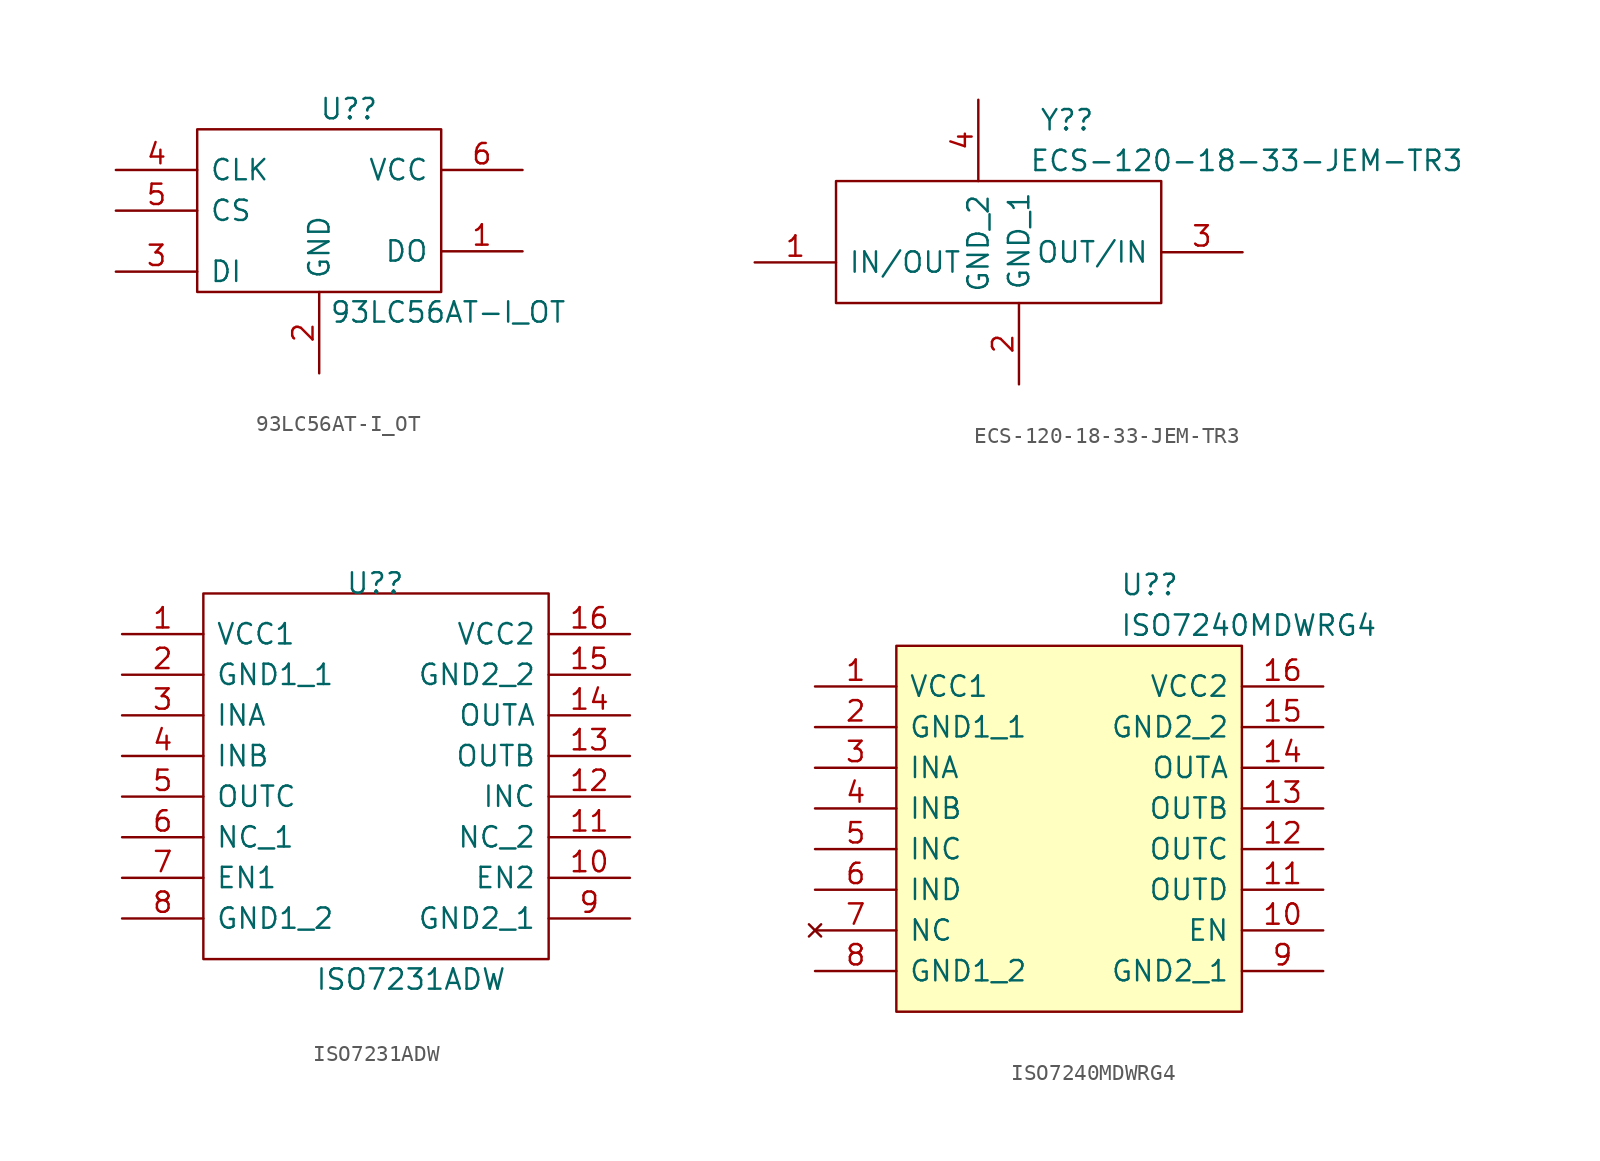
<source format=kicad_sym>
(kicad_symbol_lib
  (version 20211014)
  (generator kicad_symbol_editor)
  (symbol "93LC56AT-I_OT"
    (pin_names
      (offset 0.762))
    (property "Reference" "U?"
      (at 12.7 3.81 0)
      (effects (font (size 1.27 1.27)) (justify left)))
    (property "Value" "93LC56AT-I_OT"
      (at 13.335 -8.89 0)
      (effects (font (size 1.27 1.27)) (justify left)))
    (symbol "93LC56AT-I_OT_0_0"
      (pin passive line (at 25.4 -5.08 180) (length 5.08) (name "DO" (effects (font (size 1.27 1.27)))) (number "1" (effects (font (size 1.27 1.27)))))
      (pin passive line (at 12.7 -12.7 90) (length 5.08) (name "GND" (effects (font (size 1.27 1.27)))) (number "2" (effects (font (size 1.27 1.27)))))
      (pin passive line (at 0 -6.35 0) (length 5.08) (name "DI" (effects (font (size 1.27 1.27)))) (number "3" (effects (font (size 1.27 1.27)))))
      (pin passive line (at 0 0 0) (length 5.08) (name "CLK" (effects (font (size 1.27 1.27)))) (number "4" (effects (font (size 1.27 1.27)))))
      (pin passive line (at 0 -2.54 0) (length 5.08) (name "CS" (effects (font (size 1.27 1.27)))) (number "5" (effects (font (size 1.27 1.27)))))
      (pin passive line (at 25.4 0 180) (length 5.08) (name "VCC" (effects (font (size 1.27 1.27)))) (number "6" (effects (font (size 1.27 1.27))))))
    (symbol "93LC56AT-I_OT_0_1"
      (polyline (pts (xy 5.08 2.54) (xy 20.32 2.54) (xy 20.32 -7.62) (xy 5.08 -7.62) (xy 5.08 2.54)) (stroke (width 0.152) (type default) (color 0 0 0 0)) (fill (type none)))))
  (symbol "ECS-120-18-33-JEM-TR3"
    (pin_names
      (offset 0.762))
    (property "Reference" "Y?"
      (at 1.27 8.89 0)
      (effects (font (size 1.27 1.27)) (justify left)))
    (property "Value" "ECS-120-18-33-JEM-TR3"
      (at 0.635 6.35 0)
      (effects (font (size 1.27 1.27)) (justify left)))
    (symbol "ECS-120-18-33-JEM-TR3_0_0"
      (pin passive line (at -16.51 0 0) (length 5.08) (name "IN/OUT" (effects (font (size 1.27 1.27)))) (number "1" (effects (font (size 1.27 1.27)))))
      (pin passive line (at 0 -7.62 90) (length 5.08) (name "GND_1" (effects (font (size 1.27 1.27)))) (number "2" (effects (font (size 1.27 1.27)))))
      (pin passive line (at 13.97 0.635 180) (length 5.08) (name "OUT/IN" (effects (font (size 1.27 1.27)))) (number "3" (effects (font (size 1.27 1.27)))))
      (pin passive line (at -2.54 10.16 270) (length 5.08) (name "GND_2" (effects (font (size 1.27 1.27)))) (number "4" (effects (font (size 1.27 1.27))))))
    (symbol "ECS-120-18-33-JEM-TR3_0_1"
      (polyline (pts (xy -11.43 5.08) (xy 8.89 5.08) (xy 8.89 -2.54) (xy -11.43 -2.54) (xy -11.43 5.08)) (stroke (width 0.152) (type default) (color 0 0 0 0)) (fill (type none)))))
  (symbol "ISO7231ADW"
    (pin_names
      (offset 0.762))
    (property "Reference" "U?"
      (at -2.54 12.065 0)
      (effects (font (size 1.27 1.27)) (justify left)))
    (property "Value" "ISO7231ADW"
      (at -4.445 -12.7 0)
      (effects (font (size 1.27 1.27)) (justify left)))
    (symbol "ISO7231ADW_0_0"
      (pin passive line (at -16.51 8.89 0) (length 5.08) (name "VCC1" (effects (font (size 1.27 1.27)))) (number "1" (effects (font (size 1.27 1.27)))))
      (pin passive line (at 15.24 -6.35 180) (length 5.08) (name "EN2" (effects (font (size 1.27 1.27)))) (number "10" (effects (font (size 1.27 1.27)))))
      (pin passive line (at 15.24 -3.81 180) (length 5.08) (name "NC_2" (effects (font (size 1.27 1.27)))) (number "11" (effects (font (size 1.27 1.27)))))
      (pin passive line (at 15.24 -1.27 180) (length 5.08) (name "INC" (effects (font (size 1.27 1.27)))) (number "12" (effects (font (size 1.27 1.27)))))
      (pin passive line (at 15.24 1.27 180) (length 5.08) (name "OUTB" (effects (font (size 1.27 1.27)))) (number "13" (effects (font (size 1.27 1.27)))))
      (pin passive line (at 15.24 3.81 180) (length 5.08) (name "OUTA" (effects (font (size 1.27 1.27)))) (number "14" (effects (font (size 1.27 1.27)))))
      (pin passive line (at 15.24 6.35 180) (length 5.08) (name "GND2_2" (effects (font (size 1.27 1.27)))) (number "15" (effects (font (size 1.27 1.27)))))
      (pin passive line (at 15.24 8.89 180) (length 5.08) (name "VCC2" (effects (font (size 1.27 1.27)))) (number "16" (effects (font (size 1.27 1.27)))))
      (pin passive line (at -16.51 6.35 0) (length 5.08) (name "GND1_1" (effects (font (size 1.27 1.27)))) (number "2" (effects (font (size 1.27 1.27)))))
      (pin passive line (at -16.51 3.81 0) (length 5.08) (name "INA" (effects (font (size 1.27 1.27)))) (number "3" (effects (font (size 1.27 1.27)))))
      (pin passive line (at -16.51 1.27 0) (length 5.08) (name "INB" (effects (font (size 1.27 1.27)))) (number "4" (effects (font (size 1.27 1.27)))))
      (pin passive line (at -16.51 -1.27 0) (length 5.08) (name "OUTC" (effects (font (size 1.27 1.27)))) (number "5" (effects (font (size 1.27 1.27)))))
      (pin passive line (at -16.51 -3.81 0) (length 5.08) (name "NC_1" (effects (font (size 1.27 1.27)))) (number "6" (effects (font (size 1.27 1.27)))))
      (pin passive line (at -16.51 -6.35 0) (length 5.08) (name "EN1" (effects (font (size 1.27 1.27)))) (number "7" (effects (font (size 1.27 1.27)))))
      (pin passive line (at -16.51 -8.89 0) (length 5.08) (name "GND1_2" (effects (font (size 1.27 1.27)))) (number "8" (effects (font (size 1.27 1.27)))))
      (pin passive line (at 15.24 -8.89 180) (length 5.08) (name "GND2_1" (effects (font (size 1.27 1.27)))) (number "9" (effects (font (size 1.27 1.27))))))
    (symbol "ISO7231ADW_0_1"
      (polyline (pts (xy -11.43 11.43) (xy 10.16 11.43) (xy 10.16 -11.43) (xy -11.43 -11.43) (xy -11.43 11.43)) (stroke (width 0.152) (type default) (color 0 0 0 0)) (fill (type none)))))
  (symbol "ISO7240MDWRG4"
    (pin_names
      (offset 0.762))
    (property "Reference" "U?"
      (at 3.81 16.51 0)
      (effects (font (size 1.27 1.27)) (justify left)))
    (property "Value" "ISO7240MDWRG4"
      (at 3.81 13.97 0)
      (effects (font (size 1.27 1.27)) (justify left)))
    (symbol "ISO7240MDWRG4_0_0"
      (pin passive line (at -15.24 10.16 0) (length 5.08) (name "VCC1" (effects (font (size 1.27 1.27)))) (number "1" (effects (font (size 1.27 1.27)))))
      (pin passive line (at 16.51 -5.08 180) (length 5.08) (name "EN" (effects (font (size 1.27 1.27)))) (number "10" (effects (font (size 1.27 1.27)))))
      (pin passive line (at 16.51 -2.54 180) (length 5.08) (name "OUTD" (effects (font (size 1.27 1.27)))) (number "11" (effects (font (size 1.27 1.27)))))
      (pin passive line (at 16.51 0 180) (length 5.08) (name "OUTC" (effects (font (size 1.27 1.27)))) (number "12" (effects (font (size 1.27 1.27)))))
      (pin passive line (at 16.51 2.54 180) (length 5.08) (name "OUTB" (effects (font (size 1.27 1.27)))) (number "13" (effects (font (size 1.27 1.27)))))
      (pin passive line (at 16.51 5.08 180) (length 5.08) (name "OUTA" (effects (font (size 1.27 1.27)))) (number "14" (effects (font (size 1.27 1.27)))))
      (pin passive line (at 16.51 7.62 180) (length 5.08) (name "GND2_2" (effects (font (size 1.27 1.27)))) (number "15" (effects (font (size 1.27 1.27)))))
      (pin passive line (at 16.51 10.16 180) (length 5.08) (name "VCC2" (effects (font (size 1.27 1.27)))) (number "16" (effects (font (size 1.27 1.27)))))
      (pin passive line (at -15.24 7.62 0) (length 5.08) (name "GND1_1" (effects (font (size 1.27 1.27)))) (number "2" (effects (font (size 1.27 1.27)))))
      (pin passive line (at -15.24 5.08 0) (length 5.08) (name "INA" (effects (font (size 1.27 1.27)))) (number "3" (effects (font (size 1.27 1.27)))))
      (pin passive line (at -15.24 2.54 0) (length 5.08) (name "INB" (effects (font (size 1.27 1.27)))) (number "4" (effects (font (size 1.27 1.27)))))
      (pin passive line (at -15.24 0 0) (length 5.08) (name "INC" (effects (font (size 1.27 1.27)))) (number "5" (effects (font (size 1.27 1.27)))))
      (pin passive line (at -15.24 -2.54 0) (length 5.08) (name "IND" (effects (font (size 1.27 1.27)))) (number "6" (effects (font (size 1.27 1.27)))))
      (pin no_connect line (at -15.24 -5.08 0) (length 5.08) (name "NC" (effects (font (size 1.27 1.27)))) (number "7" (effects (font (size 1.27 1.27)))))
      (pin passive line (at -15.24 -7.62 0) (length 5.08) (name "GND1_2" (effects (font (size 1.27 1.27)))) (number "8" (effects (font (size 1.27 1.27)))))
      (pin passive line (at 16.51 -7.62 180) (length 5.08) (name "GND2_1" (effects (font (size 1.27 1.27)))) (number "9" (effects (font (size 1.27 1.27))))))
    (symbol "ISO7240MDWRG4_0_1"
      (polyline (pts (xy -10.16 12.7) (xy 11.43 12.7) (xy 11.43 -10.16) (xy -10.16 -10.16) (xy -10.16 12.7)) (stroke (width 0.152) (type default) (color 0 0 0 0)) (fill (type background))))))
</source>
